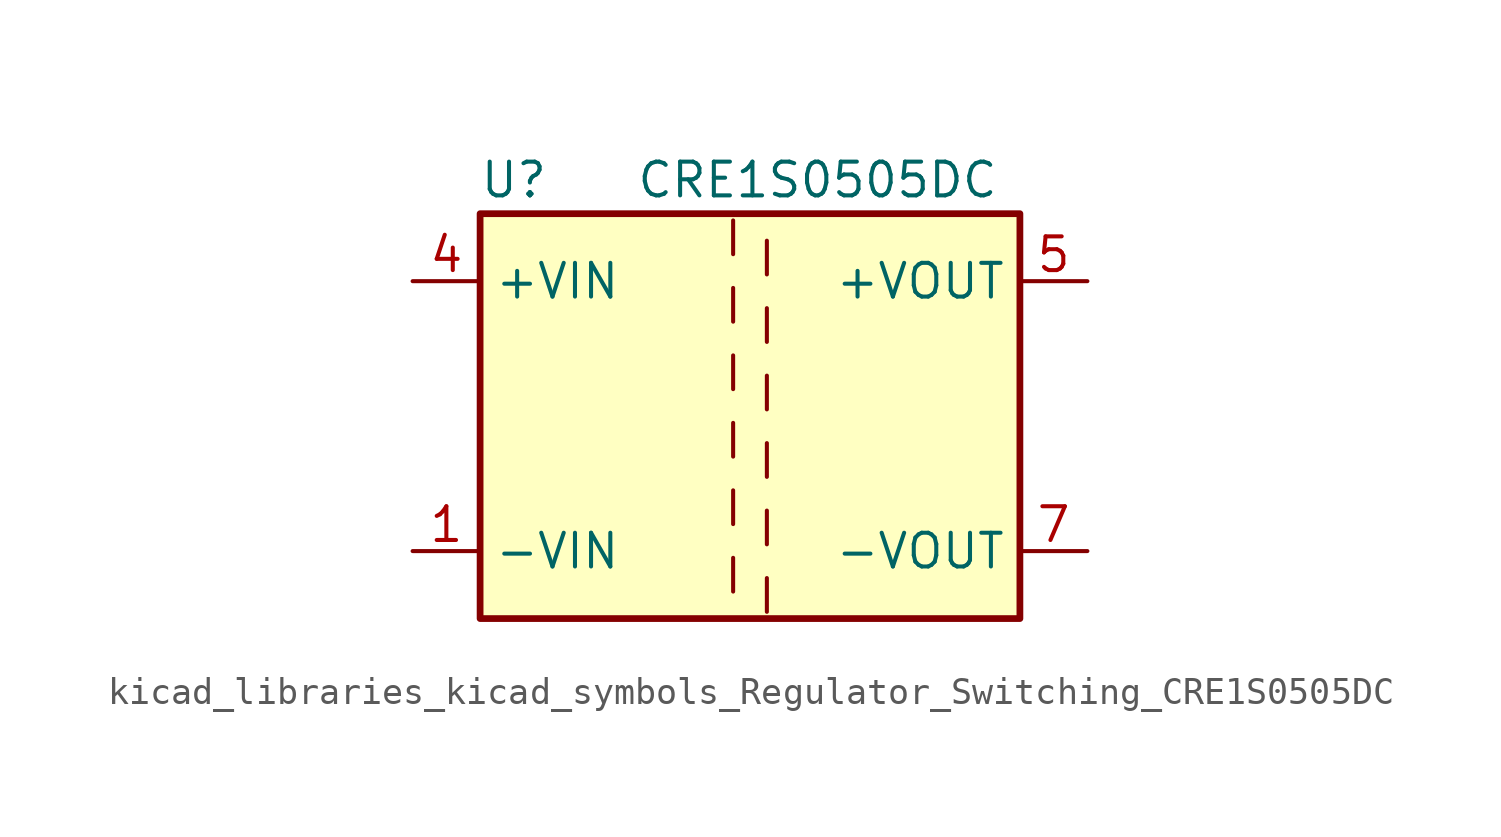
<source format=kicad_sym>
(kicad_symbol_lib
  (version 20220914)
  (generator kicad_symbol_editor)
  (symbol "kicad_libraries_kicad_symbols_Regulator_Switching_CRE1S0505DC"
    (property "Reference" "U"
      (at -8.89 8.89 0)
      (effects (font (size 1.27 1.27))))
    (property "Value" "CRE1S0505DC"
      (at 2.54 8.89 0)
      (effects (font (size 1.27 1.27))))
    (symbol "kicad_libraries_kicad_symbols_Regulator_Switching_CRE1S0505DC_0_1"
      (rectangle (start -10.16 7.62) (end 10.16 -7.62) (stroke (width 0.254) (type default)) (fill (type background)))
      (polyline (pts (xy -0.635 -5.334) (xy -0.635 -6.604)) (stroke (width 0) (type default)) (fill (type none)))
      (polyline (pts (xy -0.635 -2.794) (xy -0.635 -4.064)) (stroke (width 0) (type default)) (fill (type none)))
      (polyline (pts (xy -0.635 -0.254) (xy -0.635 -1.524)) (stroke (width 0) (type default)) (fill (type none)))
      (polyline (pts (xy -0.635 2.286) (xy -0.635 1.016)) (stroke (width 0) (type default)) (fill (type none)))
      (polyline (pts (xy -0.635 4.826) (xy -0.635 3.556)) (stroke (width 0) (type default)) (fill (type none)))
      (polyline (pts (xy -0.635 7.366) (xy -0.635 6.096)) (stroke (width 0) (type default)) (fill (type none)))
      (polyline (pts (xy 0.635 -7.366) (xy 0.635 -6.096)) (stroke (width 0) (type default)) (fill (type none)))
      (polyline (pts (xy 0.635 -4.826) (xy 0.635 -3.556)) (stroke (width 0) (type default)) (fill (type none)))
      (polyline (pts (xy 0.635 -2.286) (xy 0.635 -1.016)) (stroke (width 0) (type default)) (fill (type none)))
      (polyline (pts (xy 0.635 0.254) (xy 0.635 1.524)) (stroke (width 0) (type default)) (fill (type none)))
      (polyline (pts (xy 0.635 2.794) (xy 0.635 4.064)) (stroke (width 0) (type default)) (fill (type none)))
      (polyline (pts (xy 0.635 5.334) (xy 0.635 6.604)) (stroke (width 0) (type default)) (fill (type none))))
    (symbol "kicad_libraries_kicad_symbols_Regulator_Switching_CRE1S0505DC_1_1"
      (pin power_in line (at -12.7 -5.08 0) (length 2.54) (name "-VIN" (effects (font (size 1.27 1.27)))) (number "1" (effects (font (size 1.27 1.27)))))
      (pin power_in line (at -12.7 5.08 0) (length 2.54) (name "+VIN" (effects (font (size 1.27 1.27)))) (number "4" (effects (font (size 1.27 1.27)))))
      (pin power_out line (at 12.7 5.08 180) (length 2.54) (name "+VOUT" (effects (font (size 1.27 1.27)))) (number "5" (effects (font (size 1.27 1.27)))))
      (pin power_out line (at 12.7 -5.08 180) (length 2.54) (name "-VOUT" (effects (font (size 1.27 1.27)))) (number "7" (effects (font (size 1.27 1.27))))))))
</source>
